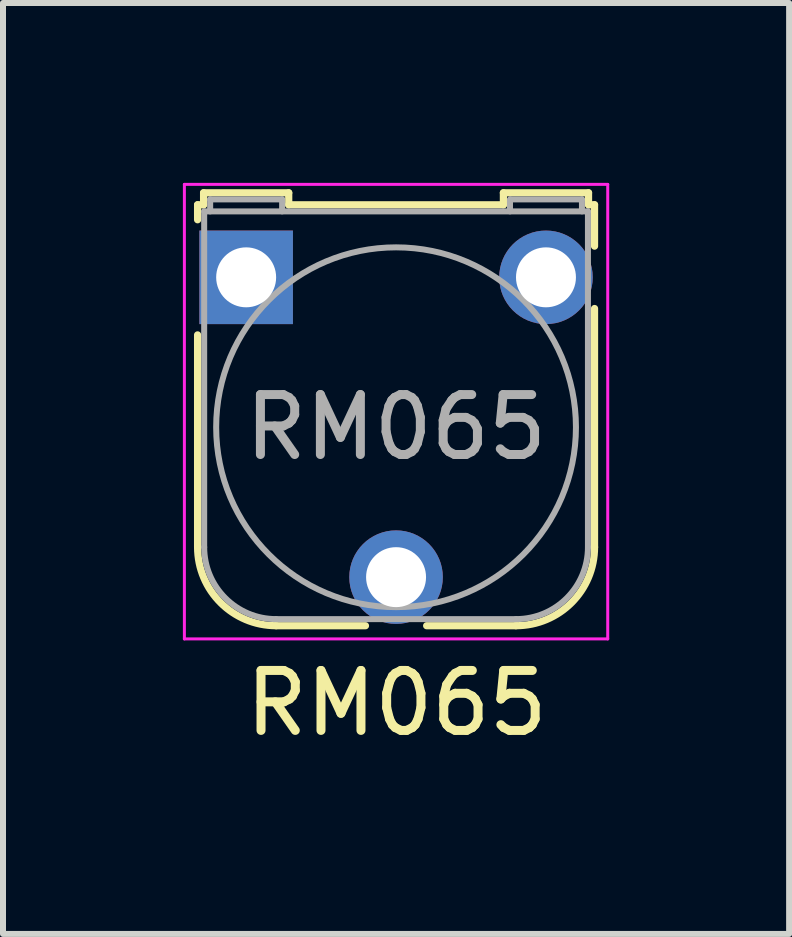
<source format=kicad_pcb>
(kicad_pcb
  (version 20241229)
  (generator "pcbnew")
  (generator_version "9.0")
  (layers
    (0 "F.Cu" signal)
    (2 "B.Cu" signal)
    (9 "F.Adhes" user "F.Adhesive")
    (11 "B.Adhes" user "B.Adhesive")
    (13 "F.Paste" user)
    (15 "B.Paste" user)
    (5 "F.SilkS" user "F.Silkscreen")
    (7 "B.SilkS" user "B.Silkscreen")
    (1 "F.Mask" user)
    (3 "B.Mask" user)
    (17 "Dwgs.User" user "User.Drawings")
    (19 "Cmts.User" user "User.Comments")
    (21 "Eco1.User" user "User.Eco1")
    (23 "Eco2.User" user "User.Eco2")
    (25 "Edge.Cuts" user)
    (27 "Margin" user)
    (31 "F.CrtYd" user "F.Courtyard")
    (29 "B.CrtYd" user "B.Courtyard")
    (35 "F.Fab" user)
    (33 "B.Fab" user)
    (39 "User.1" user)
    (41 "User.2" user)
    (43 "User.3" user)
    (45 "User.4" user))
  (footprint "RM065"
    (layer "F.Cu")
    (at 3.565 4.076)
    (property "Reference" "RM065" (at 0 4.6 0) (unlocked yes) (layer "F.SilkS") (effects (font (size 1 1) (thickness 0.15))))
    (attr smd)
    (fp_line (start -3.32 -3.711) (end -3.32 -3.461) (stroke (width 0.12) (type solid)) (layer "F.SilkS"))
    (fp_line (start -3.32 1.999) (end -3.32 -1.541) (stroke (width 0.12) (type solid)) (layer "F.SilkS"))
    (fp_line (start -3.22 -3.911) (end -3.22 -3.711) (stroke (width 0.12) (type solid)) (layer "F.SilkS"))
    (fp_line (start -3.22 -3.911) (end -1.8 -3.911) (stroke (width 0.12) (type solid)) (layer "F.SilkS"))
    (fp_line (start -3.22 -3.711) (end -3.32 -3.711) (stroke (width 0.12) (type solid)) (layer "F.SilkS"))
    (fp_line (start -1.8 -3.711) (end -1.8 -3.911) (stroke (width 0.12) (type solid)) (layer "F.SilkS"))
    (fp_line (start -1.8 -3.711) (end 1.78 -3.711) (stroke (width 0.12) (type solid)) (layer "F.SilkS"))
    (fp_line (start -0.52 3.309) (end -2.01 3.309) (stroke (width 0.12) (type solid)) (layer "F.SilkS"))
    (fp_line (start 1.78 -3.911) (end 3.2 -3.911) (stroke (width 0.12) (type solid)) (layer "F.SilkS"))
    (fp_line (start 1.78 -3.711) (end 1.78 -3.911) (stroke (width 0.12) (type solid)) (layer "F.SilkS"))
    (fp_line (start 1.99 3.309) (end 0.5 3.309) (stroke (width 0.12) (type solid)) (layer "F.SilkS"))
    (fp_line (start 3.2 -3.911) (end 3.2 -3.711) (stroke (width 0.12) (type solid)) (layer "F.SilkS"))
    (fp_line (start 3.2 -3.711) (end 3.3 -3.711) (stroke (width 0.12) (type solid)) (layer "F.SilkS"))
    (fp_line (start 3.3 -3.711) (end 3.3 -3.021) (stroke (width 0.12) (type solid)) (layer "F.SilkS"))
    (fp_line (start 3.3 -1.981) (end 3.3 1.999) (stroke (width 0.12) (type solid)) (layer "F.SilkS"))
    (fp_arc (start -2.009833 3.308666) (mid -2.936143 2.924976) (end -3.319833 1.998666) (stroke (width 0.12) (type solid)) (layer "F.SilkS"))
    (fp_arc (start 3.300167 1.998666) (mid 2.916477 2.924976) (end 1.990167 3.308666) (stroke (width 0.12) (type solid)) (layer "F.SilkS"))
    (fp_line (start -3.54 -4.051) (end -3.54 3.529) (stroke (width 0.05) (type solid)) (layer "F.CrtYd"))
    (fp_line (start -3.54 -4.051) (end 3.52 -4.051) (stroke (width 0.05) (type solid)) (layer "F.CrtYd"))
    (fp_line (start 3.52 3.529) (end -3.54 3.529) (stroke (width 0.05) (type solid)) (layer "F.CrtYd"))
    (fp_line (start 3.52 3.529) (end 3.52 -4.051) (stroke (width 0.05) (type solid)) (layer "F.CrtYd"))
    (fp_line (start -3.21 1.999) (end -3.21 -3.601) (stroke (width 0.1) (type solid)) (layer "F.Fab"))
    (fp_line (start -3.11 -3.801) (end -1.91 -3.801) (stroke (width 0.1) (type solid)) (layer "F.Fab"))
    (fp_line (start -3.11 -3.601) (end -3.11 -3.801) (stroke (width 0.1) (type solid)) (layer "F.Fab"))
    (fp_line (start -2.01 3.199) (end 1.99 3.199) (stroke (width 0.1) (type solid)) (layer "F.Fab"))
    (fp_line (start -1.91 -3.801) (end -1.91 -3.601) (stroke (width 0.1) (type solid)) (layer "F.Fab"))
    (fp_line (start 1.89 -3.801) (end 1.89 -3.601) (stroke (width 0.1) (type solid)) (layer "F.Fab"))
    (fp_line (start 3.09 -3.801) (end 1.9 -3.801) (stroke (width 0.1) (type solid)) (layer "F.Fab"))
    (fp_line (start 3.09 -3.601) (end 3.09 -3.801) (stroke (width 0.1) (type solid)) (layer "F.Fab"))
    (fp_line (start 3.19 -3.601) (end -3.21 -3.601) (stroke (width 0.1) (type solid)) (layer "F.Fab"))
    (fp_line (start 3.19 1.999) (end 3.19 -3.601) (stroke (width 0.1) (type solid)) (layer "F.Fab"))
    (fp_arc (start -2.009833 3.198666) (mid -2.858361 2.847194) (end -3.209833 1.998666) (stroke (width 0.1) (type solid)) (layer "F.Fab"))
    (fp_arc (start 3.190167 1.998666) (mid 2.838695 2.847194) (end 1.990167 3.198666) (stroke (width 0.1) (type solid)) (layer "F.Fab"))
    (fp_circle (center -0.01 -0.001) (end 2.99 -0.001) (stroke (width 0.1) (type solid)) (fill no) (layer "F.Fab"))
    (fp_text user "${REFERENCE}" (at -0.01 -0.001 0) (layer "F.Fab") (effects (font (size 1 1) (thickness 0.15))))
    (pad "1" thru_hole rect (at -2.51 -2.501) (size 1.56 1.56) (drill 1) (layers "*.Cu" "*.Mask"))
    (pad "2" thru_hole circle (at -0.01 2.499) (size 1.56 1.56) (drill 1) (layers "*.Cu" "*.Mask"))
    (pad "3" thru_hole circle (at 2.49 -2.501) (size 1.56 1.56) (drill 1) (layers "*.Cu" "*.Mask")))
  (gr_rect
    (start -3 -3)
    (end 10.11 12.525)
    (stroke (width 0.1) (type default))
    (fill no)
    (layer "Edge.Cuts")))
</source>
